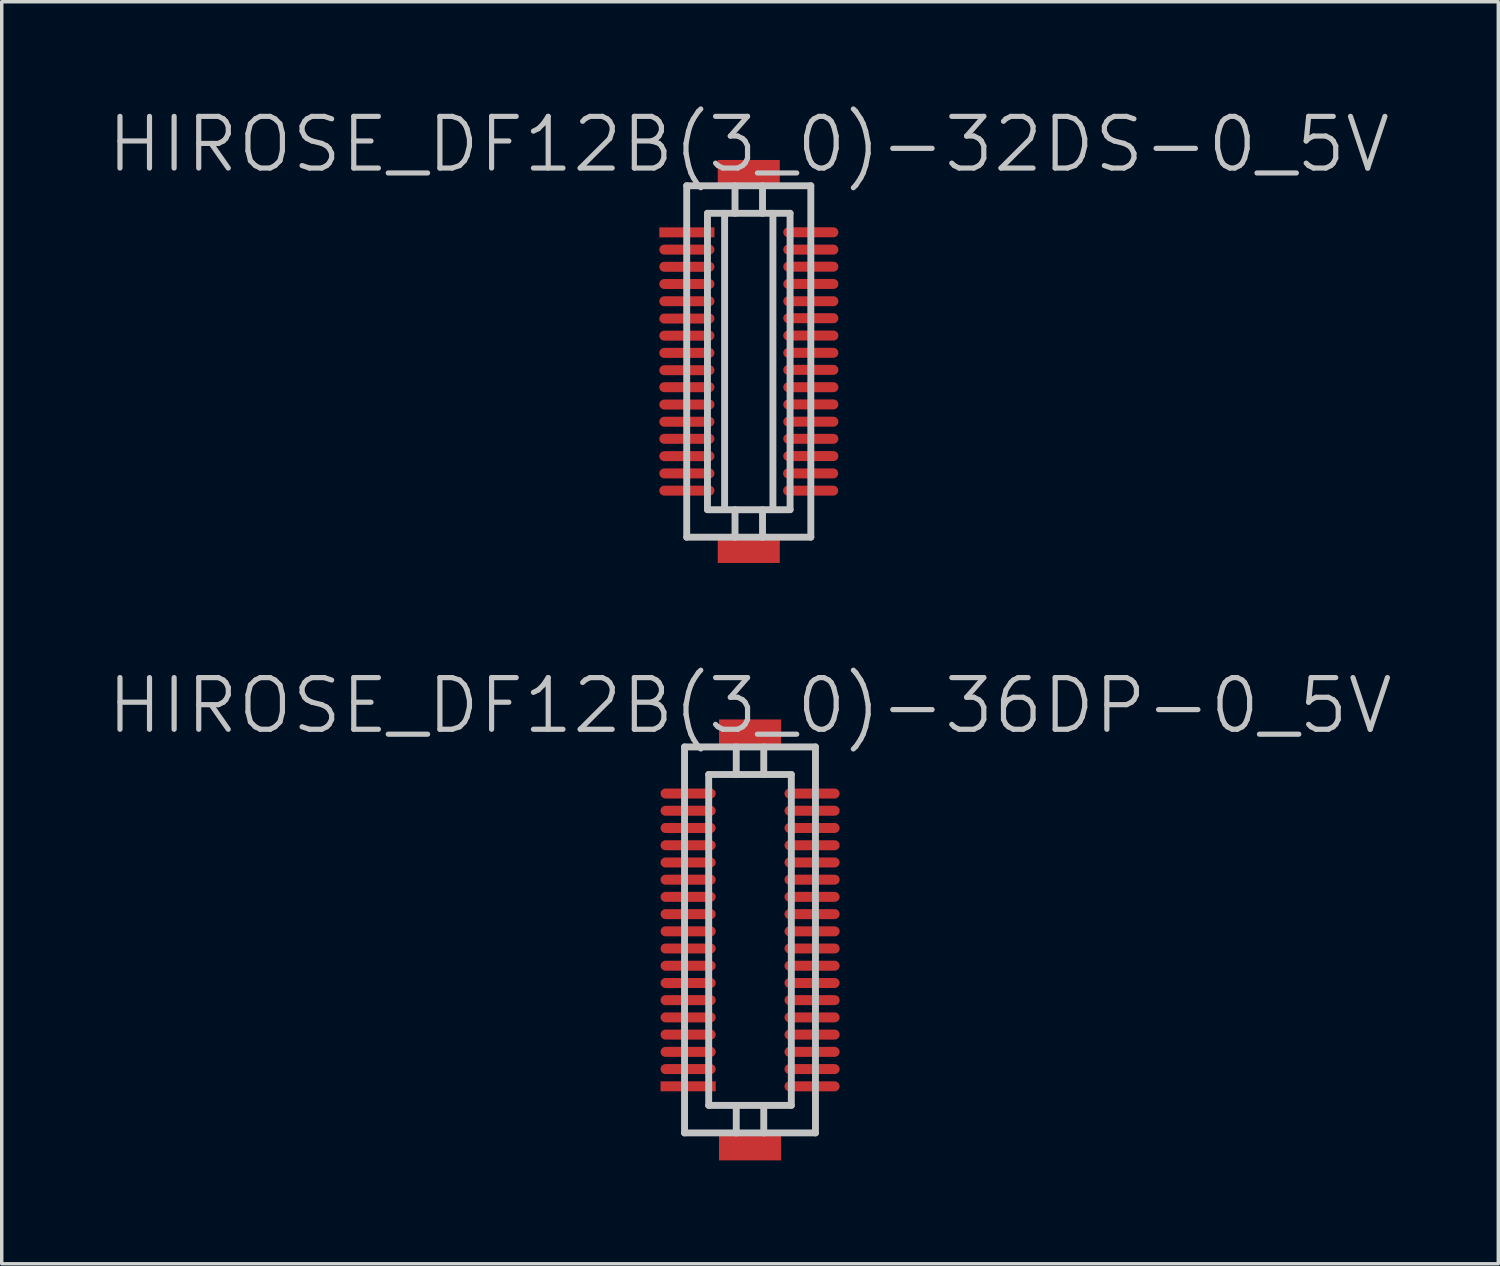
<source format=kicad_pcb>
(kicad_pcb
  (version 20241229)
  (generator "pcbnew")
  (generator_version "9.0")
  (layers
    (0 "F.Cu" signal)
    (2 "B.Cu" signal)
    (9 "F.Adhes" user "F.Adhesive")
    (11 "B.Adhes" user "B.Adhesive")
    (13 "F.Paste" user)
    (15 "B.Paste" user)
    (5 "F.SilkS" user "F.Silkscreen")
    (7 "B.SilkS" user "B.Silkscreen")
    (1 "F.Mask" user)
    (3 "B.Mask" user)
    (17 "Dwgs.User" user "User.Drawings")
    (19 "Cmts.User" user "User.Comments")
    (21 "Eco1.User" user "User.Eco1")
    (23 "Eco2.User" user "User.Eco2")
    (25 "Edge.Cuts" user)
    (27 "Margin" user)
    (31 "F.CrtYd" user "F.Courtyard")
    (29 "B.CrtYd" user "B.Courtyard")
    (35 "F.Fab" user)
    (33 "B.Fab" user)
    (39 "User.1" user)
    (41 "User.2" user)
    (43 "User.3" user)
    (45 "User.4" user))
  (footprint "HIROSE_DF12B(3_0)-36DP-0_5V"
    (layer "F.Cu")
    (at 18.718 24.23)
    (property "Reference" "HIROSE_DF12B(3_0)-36DP-0_5V" (at 0 -6.8 180) (layer "Dwgs.User") (effects (font (size 1.5 1.5) (thickness 0.15))))
    (attr smd)
    (fp_line (start -1.9 5.601) (end -1.9 -5.601) (stroke (width 0.2) (type solid)) (layer "Dwgs.User"))
    (fp_line (start -1.9 5.601) (end 1.9 5.601) (stroke (width 0.2) (type solid)) (layer "Dwgs.User"))
    (fp_line (start -1.199 -4.801) (end -1.199 4.801) (stroke (width 0.2) (type solid)) (layer "Dwgs.User"))
    (fp_line (start -1.199 -4.801) (end 1.199 -4.801) (stroke (width 0.2) (type solid)) (layer "Dwgs.User"))
    (fp_line (start -0.399 -4.801) (end -0.399 -5.601) (stroke (width 0.2) (type solid)) (layer "Dwgs.User"))
    (fp_line (start -0.399 5.603) (end -0.399 4.803) (stroke (width 0.2) (type solid)) (layer "Dwgs.User"))
    (fp_line (start 0.399 -4.801) (end 0.399 -5.601) (stroke (width 0.2) (type solid)) (layer "Dwgs.User"))
    (fp_line (start 0.399 4.803) (end 0.399 5.603) (stroke (width 0.2) (type solid)) (layer "Dwgs.User"))
    (fp_line (start 1.199 4.801) (end 1.199 -4.801) (stroke (width 0.2) (type solid)) (layer "Dwgs.User"))
    (fp_line (start 1.199 4.803) (end -1.199 4.803) (stroke (width 0.2) (type solid)) (layer "Dwgs.User"))
    (fp_line (start 1.9 -5.601) (end -1.9 -5.601) (stroke (width 0.2) (type solid)) (layer "Dwgs.User"))
    (fp_line (start 1.9 -5.601) (end 1.9 5.601) (stroke (width 0.2) (type solid)) (layer "Dwgs.User"))
    (pad "" smd rect (at 0 -5.999 270) (size 0.8 1.8) (layers "F.Cu" "F.Mask" "F.Paste"))
    (pad "" smd rect (at 0 5.999 270) (size 0.8 1.8) (layers "F.Cu" "F.Mask" "F.Paste"))
    (pad "1" smd rect (at -1.796 4.249 270) (size 0.29 1.6) (layers "F.Cu" "F.Mask" "F.Paste"))
    (pad "2" smd oval (at -1.796 3.749 270) (size 0.29 1.6) (layers "F.Cu" "F.Mask" "F.Paste"))
    (pad "3" smd oval (at -1.796 3.249 270) (size 0.29 1.6) (layers "F.Cu" "F.Mask" "F.Paste"))
    (pad "4" smd oval (at -1.796 2.748 270) (size 0.29 1.6) (layers "F.Cu" "F.Mask" "F.Paste"))
    (pad "5" smd oval (at -1.796 2.248 270) (size 0.29 1.6) (layers "F.Cu" "F.Mask" "F.Paste"))
    (pad "6" smd oval (at -1.796 1.748 270) (size 0.29 1.6) (layers "F.Cu" "F.Mask" "F.Paste"))
    (pad "7" smd oval (at -1.796 1.25 270) (size 0.29 1.6) (layers "F.Cu" "F.Mask" "F.Paste"))
    (pad "8" smd oval (at -1.796 0.749 270) (size 0.29 1.6) (layers "F.Cu" "F.Mask" "F.Paste"))
    (pad "9" smd oval (at -1.796 0.249 270) (size 0.29 1.6) (layers "F.Cu" "F.Mask" "F.Paste"))
    (pad "10" smd oval (at -1.796 -0.249 270) (size 0.29 1.6) (layers "F.Cu" "F.Mask" "F.Paste"))
    (pad "11" smd oval (at -1.796 -0.749 270) (size 0.29 1.6) (layers "F.Cu" "F.Mask" "F.Paste"))
    (pad "12" smd oval (at -1.796 -1.25 270) (size 0.29 1.6) (layers "F.Cu" "F.Mask" "F.Paste"))
    (pad "13" smd oval (at -1.796 -1.748 270) (size 0.29 1.6) (layers "F.Cu" "F.Mask" "F.Paste"))
    (pad "14" smd oval (at -1.796 -2.248 270) (size 0.29 1.6) (layers "F.Cu" "F.Mask" "F.Paste"))
    (pad "15" smd oval (at -1.796 -2.748 270) (size 0.29 1.6) (layers "F.Cu" "F.Mask" "F.Paste"))
    (pad "16" smd oval (at -1.796 -3.249 270) (size 0.29 1.6) (layers "F.Cu" "F.Mask" "F.Paste"))
    (pad "17" smd oval (at -1.796 -3.749 270) (size 0.29 1.6) (layers "F.Cu" "F.Mask" "F.Paste"))
    (pad "18" smd oval (at -1.796 -4.249 270) (size 0.29 1.6) (layers "F.Cu" "F.Mask" "F.Paste"))
    (pad "19" smd oval (at 1.801 -4.249 270) (size 0.29 1.6) (layers "F.Cu" "F.Mask" "F.Paste"))
    (pad "20" smd oval (at 1.801 -3.749 270) (size 0.29 1.6) (layers "F.Cu" "F.Mask" "F.Paste"))
    (pad "21" smd oval (at 1.801 -3.249 270) (size 0.29 1.6) (layers "F.Cu" "F.Mask" "F.Paste"))
    (pad "22" smd oval (at 1.801 -2.748 270) (size 0.29 1.6) (layers "F.Cu" "F.Mask" "F.Paste"))
    (pad "23" smd oval (at 1.801 -2.248 270) (size 0.29 1.6) (layers "F.Cu" "F.Mask" "F.Paste"))
    (pad "24" smd oval (at 1.801 -1.748 270) (size 0.29 1.6) (layers "F.Cu" "F.Mask" "F.Paste"))
    (pad "25" smd oval (at 1.801 -1.25 270) (size 0.29 1.6) (layers "F.Cu" "F.Mask" "F.Paste"))
    (pad "26" smd oval (at 1.801 -0.749 270) (size 0.29 1.6) (layers "F.Cu" "F.Mask" "F.Paste"))
    (pad "27" smd oval (at 1.801 -0.249 270) (size 0.29 1.6) (layers "F.Cu" "F.Mask" "F.Paste"))
    (pad "28" smd oval (at 1.801 0.249 270) (size 0.29 1.6) (layers "F.Cu" "F.Mask" "F.Paste"))
    (pad "29" smd oval (at 1.801 0.749 270) (size 0.29 1.6) (layers "F.Cu" "F.Mask" "F.Paste"))
    (pad "30" smd oval (at 1.801 1.25 270) (size 0.29 1.6) (layers "F.Cu" "F.Mask" "F.Paste"))
    (pad "31" smd oval (at 1.801 1.748 270) (size 0.29 1.6) (layers "F.Cu" "F.Mask" "F.Paste"))
    (pad "32" smd oval (at 1.801 2.248 270) (size 0.29 1.6) (layers "F.Cu" "F.Mask" "F.Paste"))
    (pad "33" smd oval (at 1.801 2.748 270) (size 0.29 1.6) (layers "F.Cu" "F.Mask" "F.Paste"))
    (pad "34" smd oval (at 1.801 3.249 270) (size 0.29 1.6) (layers "F.Cu" "F.Mask" "F.Paste"))
    (pad "35" smd oval (at 1.801 3.749 270) (size 0.29 1.6) (layers "F.Cu" "F.Mask" "F.Paste"))
    (pad "36" smd oval (at 1.801 4.249 270) (size 0.29 1.6) (layers "F.Cu" "F.Mask" "F.Paste")))
  (footprint "HIROSE_DF12B(3_0)-32DS-0_5V"
    (layer "F.Cu")
    (at 18.682 7.441)
    (property "Reference" "HIROSE_DF12B(3_0)-32DS-0_5V" (at 0 -6.3 180) (layer "Dwgs.User") (effects (font (size 1.5 1.5) (thickness 0.15))))
    (attr smd)
    (fp_line (start -1.801 -5.1) (end 1.801 -5.1) (stroke (width 0.2) (type solid)) (layer "Dwgs.User"))
    (fp_line (start -1.801 5.1) (end -1.801 -5.1) (stroke (width 0.2) (type solid)) (layer "Dwgs.User"))
    (fp_line (start -1.199 -4.3) (end 1.199 -4.3) (stroke (width 0.2) (type solid)) (layer "Dwgs.User"))
    (fp_line (start -1.199 4.3) (end -1.199 -4.3) (stroke (width 0.2) (type solid)) (layer "Dwgs.User"))
    (fp_line (start -0.701 -4.3) (end -0.701 4.3) (stroke (width 0.2) (type solid)) (layer "Dwgs.User"))
    (fp_line (start -0.399 -4.3) (end -0.399 -5.1) (stroke (width 0.2) (type solid)) (layer "Dwgs.User"))
    (fp_line (start -0.399 5.103) (end -0.399 4.303) (stroke (width 0.2) (type solid)) (layer "Dwgs.User"))
    (fp_line (start 0.399 -4.3) (end 0.399 -5.1) (stroke (width 0.2) (type solid)) (layer "Dwgs.User"))
    (fp_line (start 0.399 4.303) (end 0.399 5.103) (stroke (width 0.2) (type solid)) (layer "Dwgs.User"))
    (fp_line (start 0.701 4.3) (end 0.701 -4.3) (stroke (width 0.2) (type solid)) (layer "Dwgs.User"))
    (fp_line (start 1.199 -4.3) (end 1.199 4.3) (stroke (width 0.2) (type solid)) (layer "Dwgs.User"))
    (fp_line (start 1.199 4.303) (end -1.199 4.303) (stroke (width 0.2) (type solid)) (layer "Dwgs.User"))
    (fp_line (start 1.801 -5.1) (end 1.801 5.1) (stroke (width 0.2) (type solid)) (layer "Dwgs.User"))
    (fp_line (start 1.801 5.1) (end -1.801 5.1) (stroke (width 0.2) (type solid)) (layer "Dwgs.User"))
    (pad "" smd rect (at 0 -5.448 270) (size 0.8 1.8) (layers "F.Cu" "F.Mask" "F.Paste"))
    (pad "" smd rect (at 0 5.448 270) (size 0.8 1.8) (layers "F.Cu" "F.Mask" "F.Paste"))
    (pad "1" smd rect (at -1.796 -3.747 270) (size 0.29 1.6) (layers "F.Cu" "F.Mask" "F.Paste"))
    (pad "2" smd oval (at -1.796 -3.246 270) (size 0.29 1.6) (layers "F.Cu" "F.Mask" "F.Paste"))
    (pad "3" smd oval (at -1.796 -2.748 270) (size 0.29 1.6) (layers "F.Cu" "F.Mask" "F.Paste"))
    (pad "4" smd oval (at -1.796 -2.248 270) (size 0.29 1.6) (layers "F.Cu" "F.Mask" "F.Paste"))
    (pad "5" smd oval (at -1.796 -1.748 270) (size 0.29 1.6) (layers "F.Cu" "F.Mask" "F.Paste"))
    (pad "6" smd oval (at -1.796 -1.245 270) (size 0.29 1.6) (layers "F.Cu" "F.Mask" "F.Paste"))
    (pad "7" smd oval (at -1.796 -0.749 270) (size 0.29 1.6) (layers "F.Cu" "F.Mask" "F.Paste"))
    (pad "8" smd oval (at -1.796 -0.249 270) (size 0.29 1.6) (layers "F.Cu" "F.Mask" "F.Paste"))
    (pad "9" smd oval (at -1.796 0.254 270) (size 0.29 1.6) (layers "F.Cu" "F.Mask" "F.Paste"))
    (pad "10" smd oval (at -1.796 0.747 270) (size 0.29 1.6) (layers "F.Cu" "F.Mask" "F.Paste"))
    (pad "11" smd oval (at -1.796 1.25 270) (size 0.29 1.6) (layers "F.Cu" "F.Mask" "F.Paste"))
    (pad "12" smd oval (at -1.796 1.75 270) (size 0.29 1.6) (layers "F.Cu" "F.Mask" "F.Paste"))
    (pad "13" smd oval (at -1.796 2.245 270) (size 0.29 1.6) (layers "F.Cu" "F.Mask" "F.Paste"))
    (pad "14" smd oval (at -1.796 2.748 270) (size 0.29 1.6) (layers "F.Cu" "F.Mask" "F.Paste"))
    (pad "15" smd oval (at -1.796 3.249 270) (size 0.29 1.6) (layers "F.Cu" "F.Mask" "F.Paste"))
    (pad "16" smd oval (at -1.796 3.749 270) (size 0.29 1.6) (layers "F.Cu" "F.Mask" "F.Paste"))
    (pad "17" smd oval (at 1.796 3.749 270) (size 0.29 1.6) (layers "F.Cu" "F.Mask" "F.Paste"))
    (pad "18" smd oval (at 1.796 3.249 270) (size 0.29 1.6) (layers "F.Cu" "F.Mask" "F.Paste"))
    (pad "19" smd oval (at 1.801 2.746 270) (size 0.29 1.6) (layers "F.Cu" "F.Mask" "F.Paste"))
    (pad "20" smd oval (at 1.801 2.245 270) (size 0.29 1.6) (layers "F.Cu" "F.Mask" "F.Paste"))
    (pad "21" smd oval (at 1.801 1.748 270) (size 0.29 1.6) (layers "F.Cu" "F.Mask" "F.Paste"))
    (pad "22" smd oval (at 1.801 1.247 270) (size 0.29 1.6) (layers "F.Cu" "F.Mask" "F.Paste"))
    (pad "23" smd oval (at 1.801 0.747 270) (size 0.29 1.6) (layers "F.Cu" "F.Mask" "F.Paste"))
    (pad "24" smd oval (at 1.801 0.244 270) (size 0.29 1.6) (layers "F.Cu" "F.Mask" "F.Paste"))
    (pad "25" smd oval (at 1.801 -0.251 270) (size 0.29 1.6) (layers "F.Cu" "F.Mask" "F.Paste"))
    (pad "26" smd oval (at 1.801 -0.752 270) (size 0.29 1.6) (layers "F.Cu" "F.Mask" "F.Paste"))
    (pad "27" smd oval (at 1.801 -1.255 270) (size 0.29 1.6) (layers "F.Cu" "F.Mask" "F.Paste"))
    (pad "28" smd oval (at 1.801 -1.748 270) (size 0.29 1.6) (layers "F.Cu" "F.Mask" "F.Paste"))
    (pad "29" smd oval (at 1.801 -2.25 270) (size 0.29 1.6) (layers "F.Cu" "F.Mask" "F.Paste"))
    (pad "30" smd oval (at 1.801 -2.751 270) (size 0.29 1.6) (layers "F.Cu" "F.Mask" "F.Paste"))
    (pad "31" smd oval (at 1.801 -3.246 270) (size 0.29 1.6) (layers "F.Cu" "F.Mask" "F.Paste"))
    (pad "32" smd oval (at 1.801 -3.749 270) (size 0.29 1.6) (layers "F.Cu" "F.Mask" "F.Paste")))
  (gr_rect
    (start -3 -3)
    (end 40.436 33.629)
    (stroke (width 0.1) (type default))
    (fill no)
    (layer "Edge.Cuts")))
</source>
